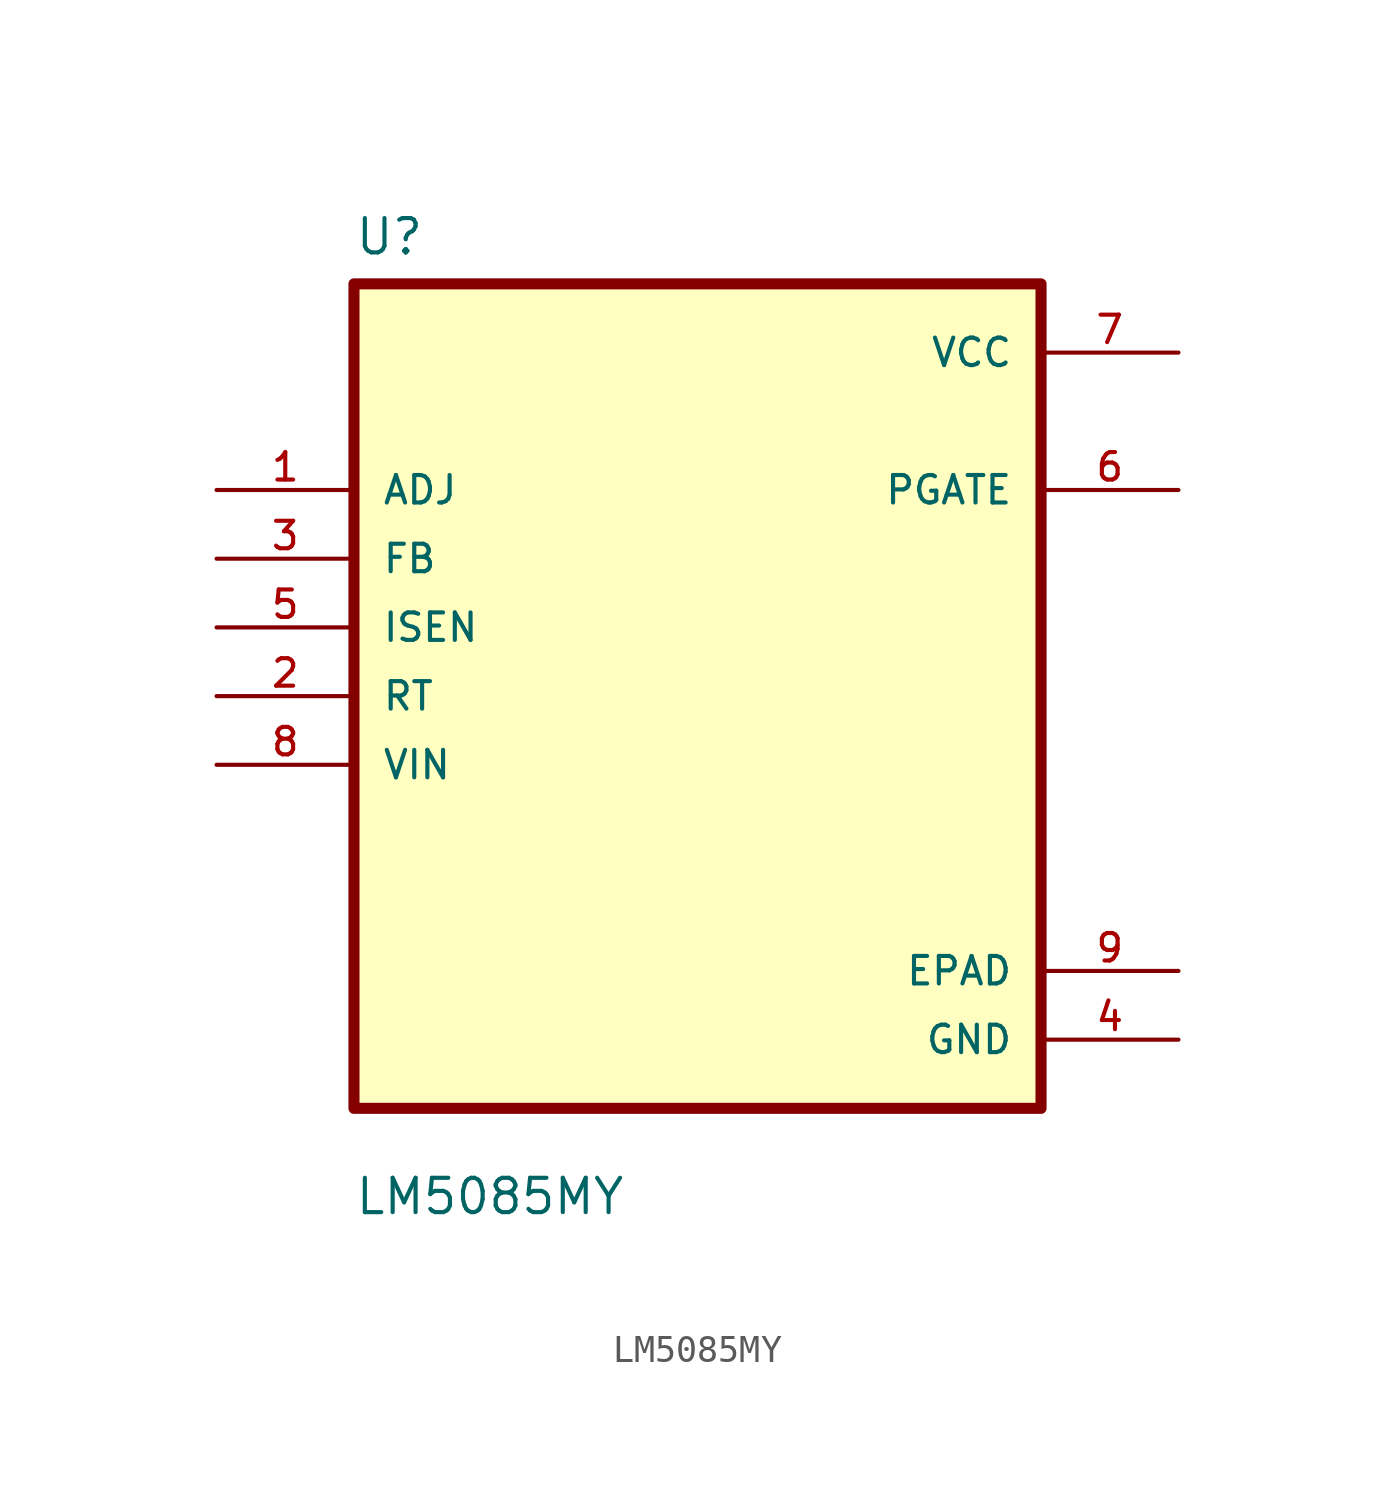
<source format=kicad_sym>
(kicad_symbol_lib
  (version 20211014)
  (generator kicad_symbol_editor)
  (symbol "LM5085MY"
    (pin_names
      (offset 1.016))
    (property "Reference" "U"
      (at -12.7 16.24 0.0)
      (effects (font (size 1.27 1.27)) (justify bottom left)))
    (property "Value" "LM5085MY"
      (at -12.7 -19.24 0.0)
      (effects (font (size 1.27 1.27)) (justify bottom left)))
    (symbol "LM5085MY_0_0"
      (rectangle (start -12.7 -15.24) (end 12.7 15.24) (stroke (width 0.41)) (fill (type background)))
      (pin input line (at -17.78 7.62 0) (length 5.08) (name "ADJ" (effects (font (size 1.016 1.016)))) (number "1" (effects (font (size 1.016 1.016)))))
      (pin input line (at -17.78 5.08 0) (length 5.08) (name "FB" (effects (font (size 1.016 1.016)))) (number "3" (effects (font (size 1.016 1.016)))))
      (pin input line (at -17.78 2.54 0) (length 5.08) (name "ISEN" (effects (font (size 1.016 1.016)))) (number "5" (effects (font (size 1.016 1.016)))))
      (pin input line (at -17.78 0.0 0) (length 5.08) (name "RT" (effects (font (size 1.016 1.016)))) (number "2" (effects (font (size 1.016 1.016)))))
      (pin input line (at -17.78 -2.54 0) (length 5.08) (name "VIN" (effects (font (size 1.016 1.016)))) (number "8" (effects (font (size 1.016 1.016)))))
      (pin power_in line (at 17.78 12.7 180.0) (length 5.08) (name "VCC" (effects (font (size 1.016 1.016)))) (number "7" (effects (font (size 1.016 1.016)))))
      (pin output line (at 17.78 7.62 180.0) (length 5.08) (name "PGATE" (effects (font (size 1.016 1.016)))) (number "6" (effects (font (size 1.016 1.016)))))
      (pin power_in line (at 17.78 -10.16 180.0) (length 5.08) (name "EPAD" (effects (font (size 1.016 1.016)))) (number "9" (effects (font (size 1.016 1.016)))))
      (pin power_in line (at 17.78 -12.7 180.0) (length 5.08) (name "GND" (effects (font (size 1.016 1.016)))) (number "4" (effects (font (size 1.016 1.016))))))))
</source>
